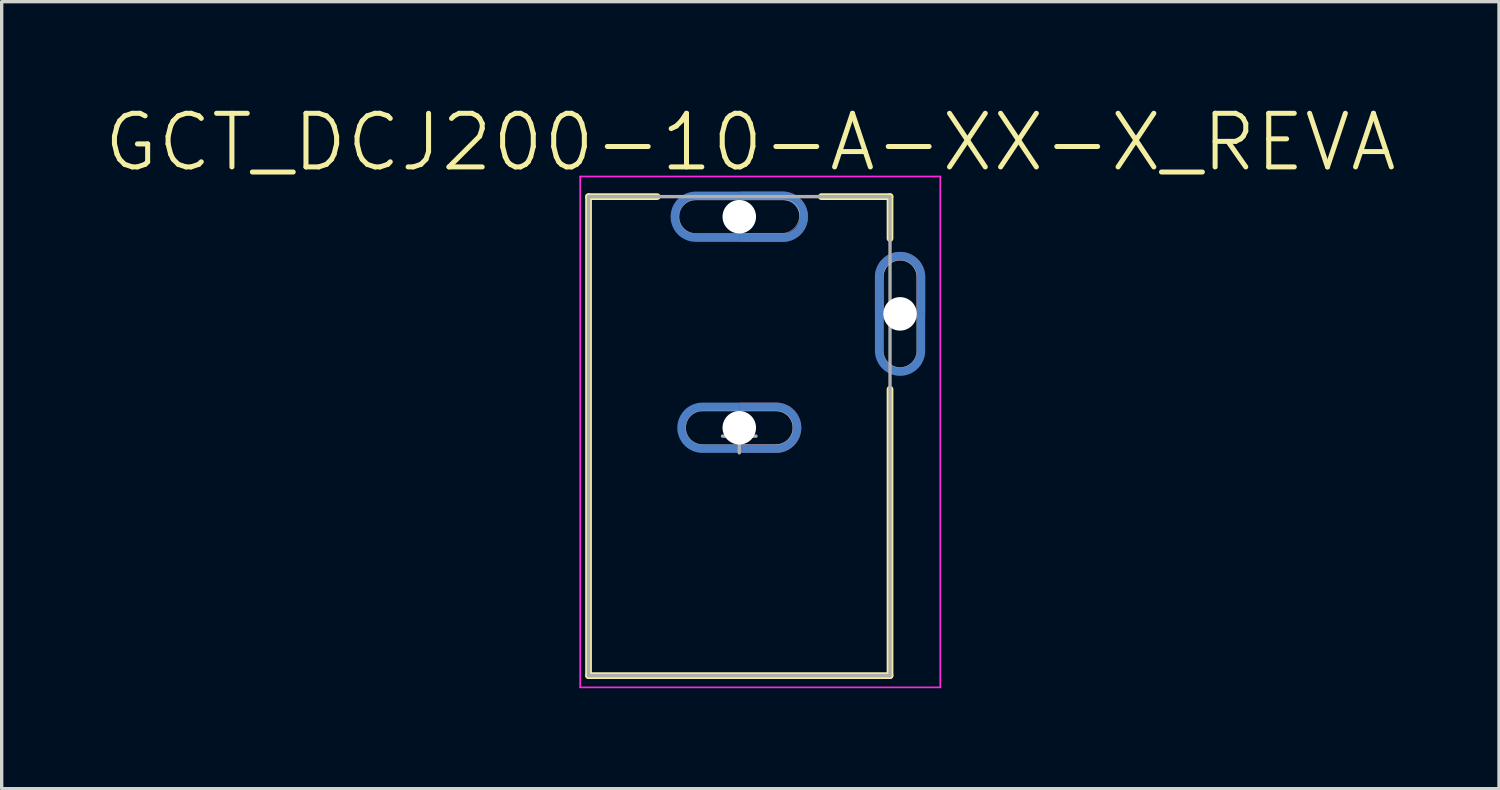
<source format=kicad_pcb>
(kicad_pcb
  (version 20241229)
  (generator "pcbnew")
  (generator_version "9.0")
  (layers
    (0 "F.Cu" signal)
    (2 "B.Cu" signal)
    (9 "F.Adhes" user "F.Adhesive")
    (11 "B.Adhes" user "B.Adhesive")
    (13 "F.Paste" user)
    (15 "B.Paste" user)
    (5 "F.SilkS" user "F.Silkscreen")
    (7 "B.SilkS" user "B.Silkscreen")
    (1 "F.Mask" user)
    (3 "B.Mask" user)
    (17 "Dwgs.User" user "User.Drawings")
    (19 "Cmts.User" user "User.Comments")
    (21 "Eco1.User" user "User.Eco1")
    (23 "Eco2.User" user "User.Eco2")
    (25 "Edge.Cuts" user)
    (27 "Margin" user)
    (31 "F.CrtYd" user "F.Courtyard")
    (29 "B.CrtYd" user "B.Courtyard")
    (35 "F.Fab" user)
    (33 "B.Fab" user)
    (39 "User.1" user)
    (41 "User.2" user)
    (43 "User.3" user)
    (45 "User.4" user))
  (footprint "GCT_DCJ200-10-A-XX-X_REVA"
    (layer "F.Cu")
    (at 19.02 9.97)
    (property "Reference" "GCT_DCJ200-10-A-XX-X_REVA" (at 0.33 -8.77 0) (layer "F.SilkS") (effects (font (size 1.601 1.601) (thickness 0.15))))
    (attr through_hole)
    (fp_poly (pts (xy -2.152 -7.4) (xy 2.15 -7.4) (xy 2.15 -5.706) (xy -2.152 -5.706)) (stroke (width 0.01) (type solid)) (fill yes) (layer "F.Mask"))
    (fp_poly (pts (xy -1.951 -1.1) (xy 1.95 -1.1) (xy 1.95 0.6) (xy -1.951 0.6)) (stroke (width 0.01) (type solid)) (fill yes) (layer "F.Mask"))
    (fp_poly (pts (xy 2.855 -4.5) (xy 6.75 -4.5) (xy 6.75 -2.804) (xy 2.855 -2.804)) (stroke (width 0.01) (type solid)) (fill yes) (layer "F.Mask"))
    (fp_poly (pts (xy 0 -7.05) (xy 0 -7.3) (xy -1.3 -7.3) (xy -1.339 -7.299) (xy -1.378 -7.296) (xy -1.417 -7.291) (xy -1.456 -7.284) (xy -1.494 -7.274) (xy -1.532 -7.263) (xy -1.569 -7.25) (xy -1.605 -7.235) (xy -1.64 -7.218) (xy -1.675 -7.2) (xy -1.708 -7.179) (xy -1.741 -7.157) (xy -1.772 -7.133) (xy -1.802 -7.107) (xy -1.83 -7.08) (xy -1.857 -7.052) (xy -1.883 -7.022) (xy -1.907 -6.991) (xy -1.929 -6.958) (xy -1.95 -6.925) (xy -1.968 -6.89) (xy -1.985 -6.855) (xy -2 -6.819) (xy -2.013 -6.782) (xy -2.024 -6.744) (xy -2.034 -6.706) (xy -2.041 -6.667) (xy -2.046 -6.628) (xy -2.049 -6.589) (xy -2.05 -6.55) (xy -2.049 -6.511) (xy -2.046 -6.472) (xy -2.041 -6.433) (xy -2.034 -6.394) (xy -2.024 -6.356) (xy -2.013 -6.318) (xy -2 -6.281) (xy -1.985 -6.245) (xy -1.968 -6.21) (xy -1.95 -6.175) (xy -1.929 -6.142) (xy -1.907 -6.109) (xy -1.883 -6.078) (xy -1.857 -6.048) (xy -1.83 -6.02) (xy -1.802 -5.993) (xy -1.772 -5.967) (xy -1.741 -5.943) (xy -1.708 -5.921) (xy -1.675 -5.9) (xy -1.64 -5.882) (xy -1.605 -5.865) (xy -1.569 -5.85) (xy -1.532 -5.837) (xy -1.494 -5.826) (xy -1.456 -5.816) (xy -1.417 -5.809) (xy -1.378 -5.804) (xy -1.339 -5.801) (xy -1.3 -5.8) (xy 0 -5.8) (xy 0 -6.05) (xy -1.3 -6.05) (xy -1.326 -6.051) (xy -1.352 -6.053) (xy -1.378 -6.056) (xy -1.404 -6.061) (xy -1.429 -6.067) (xy -1.455 -6.074) (xy -1.479 -6.083) (xy -1.503 -6.093) (xy -1.527 -6.104) (xy -1.55 -6.117) (xy -1.572 -6.131) (xy -1.594 -6.145) (xy -1.615 -6.161) (xy -1.635 -6.178) (xy -1.654 -6.196) (xy -1.672 -6.215) (xy -1.689 -6.235) (xy -1.705 -6.256) (xy -1.719 -6.278) (xy -1.733 -6.3) (xy -1.746 -6.323) (xy -1.757 -6.347) (xy -1.767 -6.371) (xy -1.776 -6.395) (xy -1.783 -6.421) (xy -1.789 -6.446) (xy -1.794 -6.472) (xy -1.797 -6.498) (xy -1.799 -6.524) (xy -1.8 -6.55) (xy -1.799 -6.576) (xy -1.797 -6.602) (xy -1.794 -6.628) (xy -1.789 -6.654) (xy -1.783 -6.679) (xy -1.776 -6.705) (xy -1.767 -6.729) (xy -1.757 -6.753) (xy -1.746 -6.777) (xy -1.733 -6.8) (xy -1.719 -6.822) (xy -1.705 -6.844) (xy -1.689 -6.865) (xy -1.672 -6.885) (xy -1.654 -6.904) (xy -1.635 -6.922) (xy -1.615 -6.939) (xy -1.594 -6.955) (xy -1.572 -6.969) (xy -1.55 -6.983) (xy -1.527 -6.996) (xy -1.503 -7.007) (xy -1.479 -7.017) (xy -1.455 -7.026) (xy -1.429 -7.033) (xy -1.404 -7.039) (xy -1.378 -7.044) (xy -1.352 -7.047) (xy -1.326 -7.049) (xy -1.3 -7.05) (xy 0 -7.05)) (stroke (width 0.001) (type solid)) (fill yes) (layer "B.Cu"))
    (fp_poly (pts (xy 0 -6.05) (xy 0 -5.8) (xy 1.3 -5.8) (xy 1.339 -5.801) (xy 1.378 -5.804) (xy 1.417 -5.809) (xy 1.456 -5.816) (xy 1.494 -5.826) (xy 1.532 -5.837) (xy 1.569 -5.85) (xy 1.605 -5.865) (xy 1.64 -5.882) (xy 1.675 -5.9) (xy 1.708 -5.921) (xy 1.741 -5.943) (xy 1.772 -5.967) (xy 1.802 -5.993) (xy 1.83 -6.02) (xy 1.857 -6.048) (xy 1.883 -6.078) (xy 1.907 -6.109) (xy 1.929 -6.142) (xy 1.95 -6.175) (xy 1.968 -6.21) (xy 1.985 -6.245) (xy 2 -6.281) (xy 2.013 -6.318) (xy 2.024 -6.356) (xy 2.034 -6.394) (xy 2.041 -6.433) (xy 2.046 -6.472) (xy 2.049 -6.511) (xy 2.05 -6.55) (xy 2.049 -6.589) (xy 2.046 -6.628) (xy 2.041 -6.667) (xy 2.034 -6.706) (xy 2.024 -6.744) (xy 2.013 -6.782) (xy 2 -6.819) (xy 1.985 -6.855) (xy 1.968 -6.89) (xy 1.95 -6.925) (xy 1.929 -6.958) (xy 1.907 -6.991) (xy 1.883 -7.022) (xy 1.857 -7.052) (xy 1.83 -7.08) (xy 1.802 -7.107) (xy 1.772 -7.133) (xy 1.741 -7.157) (xy 1.708 -7.179) (xy 1.675 -7.2) (xy 1.64 -7.218) (xy 1.605 -7.235) (xy 1.569 -7.25) (xy 1.532 -7.263) (xy 1.494 -7.274) (xy 1.456 -7.284) (xy 1.417 -7.291) (xy 1.378 -7.296) (xy 1.339 -7.299) (xy 1.3 -7.3) (xy 0 -7.3) (xy 0 -7.05) (xy 1.3 -7.05) (xy 1.326 -7.049) (xy 1.352 -7.047) (xy 1.378 -7.044) (xy 1.404 -7.039) (xy 1.429 -7.033) (xy 1.455 -7.026) (xy 1.479 -7.017) (xy 1.503 -7.007) (xy 1.527 -6.996) (xy 1.55 -6.983) (xy 1.572 -6.969) (xy 1.594 -6.955) (xy 1.615 -6.939) (xy 1.635 -6.922) (xy 1.654 -6.904) (xy 1.672 -6.885) (xy 1.689 -6.865) (xy 1.705 -6.844) (xy 1.719 -6.822) (xy 1.733 -6.8) (xy 1.746 -6.777) (xy 1.757 -6.753) (xy 1.767 -6.729) (xy 1.776 -6.705) (xy 1.783 -6.679) (xy 1.789 -6.654) (xy 1.794 -6.628) (xy 1.797 -6.602) (xy 1.799 -6.576) (xy 1.8 -6.55) (xy 1.799 -6.524) (xy 1.797 -6.498) (xy 1.794 -6.472) (xy 1.789 -6.446) (xy 1.783 -6.421) (xy 1.776 -6.395) (xy 1.767 -6.371) (xy 1.757 -6.347) (xy 1.746 -6.323) (xy 1.733 -6.3) (xy 1.719 -6.278) (xy 1.705 -6.256) (xy 1.689 -6.235) (xy 1.672 -6.215) (xy 1.654 -6.196) (xy 1.635 -6.178) (xy 1.615 -6.161) (xy 1.594 -6.145) (xy 1.572 -6.131) (xy 1.55 -6.117) (xy 1.527 -6.104) (xy 1.503 -6.093) (xy 1.479 -6.083) (xy 1.455 -6.074) (xy 1.429 -6.067) (xy 1.404 -6.061) (xy 1.378 -6.056) (xy 1.352 -6.053) (xy 1.326 -6.051) (xy 1.3 -6.05) (xy 0 -6.05)) (stroke (width 0.001) (type solid)) (fill yes) (layer "B.Cu"))
    (fp_poly (pts (xy 0 -0.75) (xy 0 -1) (xy -1.1 -1) (xy -1.139 -0.999) (xy -1.178 -0.996) (xy -1.217 -0.991) (xy -1.256 -0.984) (xy -1.294 -0.974) (xy -1.332 -0.963) (xy -1.369 -0.95) (xy -1.405 -0.935) (xy -1.44 -0.918) (xy -1.475 -0.9) (xy -1.508 -0.879) (xy -1.541 -0.857) (xy -1.572 -0.833) (xy -1.602 -0.807) (xy -1.63 -0.78) (xy -1.657 -0.752) (xy -1.683 -0.722) (xy -1.707 -0.691) (xy -1.729 -0.658) (xy -1.75 -0.625) (xy -1.768 -0.59) (xy -1.785 -0.555) (xy -1.8 -0.519) (xy -1.813 -0.482) (xy -1.824 -0.444) (xy -1.834 -0.406) (xy -1.841 -0.367) (xy -1.846 -0.328) (xy -1.849 -0.289) (xy -1.85 -0.25) (xy -1.849 -0.211) (xy -1.846 -0.172) (xy -1.841 -0.133) (xy -1.834 -0.094) (xy -1.824 -0.056) (xy -1.813 -0.018) (xy -1.8 0.019) (xy -1.785 0.055) (xy -1.768 0.09) (xy -1.75 0.125) (xy -1.729 0.158) (xy -1.707 0.191) (xy -1.683 0.222) (xy -1.657 0.252) (xy -1.63 0.28) (xy -1.602 0.307) (xy -1.572 0.333) (xy -1.541 0.357) (xy -1.508 0.379) (xy -1.475 0.4) (xy -1.44 0.418) (xy -1.405 0.435) (xy -1.369 0.45) (xy -1.332 0.463) (xy -1.294 0.474) (xy -1.256 0.484) (xy -1.217 0.491) (xy -1.178 0.496) (xy -1.139 0.499) (xy -1.1 0.5) (xy 0 0.5) (xy 0 0.25) (xy -1.1 0.25) (xy -1.126 0.249) (xy -1.152 0.247) (xy -1.178 0.244) (xy -1.204 0.239) (xy -1.229 0.233) (xy -1.255 0.226) (xy -1.279 0.217) (xy -1.303 0.207) (xy -1.327 0.196) (xy -1.35 0.183) (xy -1.372 0.169) (xy -1.394 0.155) (xy -1.415 0.139) (xy -1.435 0.122) (xy -1.454 0.104) (xy -1.472 0.085) (xy -1.489 0.065) (xy -1.505 0.044) (xy -1.519 0.022) (xy -1.533 0) (xy -1.546 -0.023) (xy -1.557 -0.047) (xy -1.567 -0.071) (xy -1.576 -0.095) (xy -1.583 -0.121) (xy -1.589 -0.146) (xy -1.594 -0.172) (xy -1.597 -0.198) (xy -1.599 -0.224) (xy -1.6 -0.25) (xy -1.599 -0.276) (xy -1.597 -0.302) (xy -1.594 -0.328) (xy -1.589 -0.354) (xy -1.583 -0.379) (xy -1.576 -0.405) (xy -1.567 -0.429) (xy -1.557 -0.453) (xy -1.546 -0.477) (xy -1.533 -0.5) (xy -1.519 -0.522) (xy -1.505 -0.544) (xy -1.489 -0.565) (xy -1.472 -0.585) (xy -1.454 -0.604) (xy -1.435 -0.622) (xy -1.415 -0.639) (xy -1.394 -0.655) (xy -1.372 -0.669) (xy -1.35 -0.683) (xy -1.327 -0.696) (xy -1.303 -0.707) (xy -1.279 -0.717) (xy -1.255 -0.726) (xy -1.229 -0.733) (xy -1.204 -0.739) (xy -1.178 -0.744) (xy -1.152 -0.747) (xy -1.126 -0.749) (xy -1.1 -0.75) (xy 0 -0.75)) (stroke (width 0.001) (type solid)) (fill yes) (layer "B.Cu"))
    (fp_poly (pts (xy 0 0.25) (xy 0 0.5) (xy 1.1 0.5) (xy 1.139 0.499) (xy 1.178 0.496) (xy 1.217 0.491) (xy 1.256 0.484) (xy 1.294 0.474) (xy 1.332 0.463) (xy 1.369 0.45) (xy 1.405 0.435) (xy 1.44 0.418) (xy 1.475 0.4) (xy 1.508 0.379) (xy 1.541 0.357) (xy 1.572 0.333) (xy 1.602 0.307) (xy 1.63 0.28) (xy 1.657 0.252) (xy 1.683 0.222) (xy 1.707 0.191) (xy 1.729 0.158) (xy 1.75 0.125) (xy 1.768 0.09) (xy 1.785 0.055) (xy 1.8 0.019) (xy 1.813 -0.018) (xy 1.824 -0.056) (xy 1.834 -0.094) (xy 1.841 -0.133) (xy 1.846 -0.172) (xy 1.849 -0.211) (xy 1.85 -0.25) (xy 1.849 -0.289) (xy 1.846 -0.328) (xy 1.841 -0.367) (xy 1.834 -0.406) (xy 1.824 -0.444) (xy 1.813 -0.482) (xy 1.8 -0.519) (xy 1.785 -0.555) (xy 1.768 -0.59) (xy 1.75 -0.625) (xy 1.729 -0.658) (xy 1.707 -0.691) (xy 1.683 -0.722) (xy 1.657 -0.752) (xy 1.63 -0.78) (xy 1.602 -0.807) (xy 1.572 -0.833) (xy 1.541 -0.857) (xy 1.508 -0.879) (xy 1.475 -0.9) (xy 1.44 -0.918) (xy 1.405 -0.935) (xy 1.369 -0.95) (xy 1.332 -0.963) (xy 1.294 -0.974) (xy 1.256 -0.984) (xy 1.217 -0.991) (xy 1.178 -0.996) (xy 1.139 -0.999) (xy 1.1 -1) (xy 0 -1) (xy 0 -0.75) (xy 1.1 -0.75) (xy 1.126 -0.749) (xy 1.152 -0.747) (xy 1.178 -0.744) (xy 1.204 -0.739) (xy 1.229 -0.733) (xy 1.255 -0.726) (xy 1.279 -0.717) (xy 1.303 -0.707) (xy 1.327 -0.696) (xy 1.35 -0.683) (xy 1.372 -0.669) (xy 1.394 -0.655) (xy 1.415 -0.639) (xy 1.435 -0.622) (xy 1.454 -0.604) (xy 1.472 -0.585) (xy 1.489 -0.565) (xy 1.505 -0.544) (xy 1.519 -0.522) (xy 1.533 -0.5) (xy 1.546 -0.477) (xy 1.557 -0.453) (xy 1.567 -0.429) (xy 1.576 -0.405) (xy 1.583 -0.379) (xy 1.589 -0.354) (xy 1.594 -0.328) (xy 1.597 -0.302) (xy 1.599 -0.276) (xy 1.6 -0.25) (xy 1.599 -0.224) (xy 1.597 -0.198) (xy 1.594 -0.172) (xy 1.589 -0.146) (xy 1.583 -0.121) (xy 1.576 -0.095) (xy 1.567 -0.071) (xy 1.557 -0.047) (xy 1.546 -0.023) (xy 1.533 0) (xy 1.519 0.022) (xy 1.505 0.044) (xy 1.489 0.065) (xy 1.472 0.085) (xy 1.454 0.104) (xy 1.435 0.122) (xy 1.415 0.139) (xy 1.394 0.155) (xy 1.372 0.169) (xy 1.35 0.183) (xy 1.327 0.196) (xy 1.303 0.207) (xy 1.279 0.217) (xy 1.255 0.226) (xy 1.229 0.233) (xy 1.204 0.239) (xy 1.178 0.244) (xy 1.152 0.247) (xy 1.126 0.249) (xy 1.1 0.25) (xy 0 0.25)) (stroke (width 0.001) (type solid)) (fill yes) (layer "B.Cu"))
    (fp_poly (pts (xy 4.3 -3.65) (xy 4.05 -3.65) (xy 4.05 -2.55) (xy 4.051 -2.511) (xy 4.054 -2.472) (xy 4.059 -2.433) (xy 4.066 -2.394) (xy 4.076 -2.356) (xy 4.087 -2.318) (xy 4.1 -2.281) (xy 4.115 -2.245) (xy 4.132 -2.21) (xy 4.15 -2.175) (xy 4.171 -2.142) (xy 4.193 -2.109) (xy 4.217 -2.078) (xy 4.243 -2.048) (xy 4.27 -2.02) (xy 4.298 -1.993) (xy 4.328 -1.967) (xy 4.359 -1.943) (xy 4.392 -1.921) (xy 4.425 -1.9) (xy 4.46 -1.882) (xy 4.495 -1.865) (xy 4.531 -1.85) (xy 4.568 -1.837) (xy 4.606 -1.826) (xy 4.644 -1.816) (xy 4.683 -1.809) (xy 4.722 -1.804) (xy 4.761 -1.801) (xy 4.8 -1.8) (xy 4.839 -1.801) (xy 4.878 -1.804) (xy 4.917 -1.809) (xy 4.956 -1.816) (xy 4.994 -1.826) (xy 5.032 -1.837) (xy 5.069 -1.85) (xy 5.105 -1.865) (xy 5.14 -1.882) (xy 5.175 -1.9) (xy 5.208 -1.921) (xy 5.241 -1.943) (xy 5.272 -1.967) (xy 5.302 -1.993) (xy 5.33 -2.02) (xy 5.357 -2.048) (xy 5.383 -2.078) (xy 5.407 -2.109) (xy 5.429 -2.142) (xy 5.45 -2.175) (xy 5.468 -2.21) (xy 5.485 -2.245) (xy 5.5 -2.281) (xy 5.513 -2.318) (xy 5.524 -2.356) (xy 5.534 -2.394) (xy 5.541 -2.433) (xy 5.546 -2.472) (xy 5.549 -2.511) (xy 5.55 -2.55) (xy 5.55 -3.65) (xy 5.3 -3.65) (xy 5.3 -2.55) (xy 5.299 -2.524) (xy 5.297 -2.498) (xy 5.294 -2.472) (xy 5.289 -2.446) (xy 5.283 -2.421) (xy 5.276 -2.395) (xy 5.267 -2.371) (xy 5.257 -2.347) (xy 5.246 -2.323) (xy 5.233 -2.3) (xy 5.219 -2.278) (xy 5.205 -2.256) (xy 5.189 -2.235) (xy 5.172 -2.215) (xy 5.154 -2.196) (xy 5.135 -2.178) (xy 5.115 -2.161) (xy 5.094 -2.145) (xy 5.072 -2.131) (xy 5.05 -2.117) (xy 5.027 -2.104) (xy 5.003 -2.093) (xy 4.979 -2.083) (xy 4.955 -2.074) (xy 4.929 -2.067) (xy 4.904 -2.061) (xy 4.878 -2.056) (xy 4.852 -2.053) (xy 4.826 -2.051) (xy 4.8 -2.05) (xy 4.774 -2.051) (xy 4.748 -2.053) (xy 4.722 -2.056) (xy 4.696 -2.061) (xy 4.671 -2.067) (xy 4.645 -2.074) (xy 4.621 -2.083) (xy 4.597 -2.093) (xy 4.573 -2.104) (xy 4.55 -2.117) (xy 4.528 -2.131) (xy 4.506 -2.145) (xy 4.485 -2.161) (xy 4.465 -2.178) (xy 4.446 -2.196) (xy 4.428 -2.215) (xy 4.411 -2.235) (xy 4.395 -2.256) (xy 4.381 -2.278) (xy 4.367 -2.3) (xy 4.354 -2.323) (xy 4.343 -2.347) (xy 4.333 -2.371) (xy 4.324 -2.395) (xy 4.317 -2.421) (xy 4.311 -2.446) (xy 4.306 -2.472) (xy 4.303 -2.498) (xy 4.301 -2.524) (xy 4.3 -2.55) (xy 4.3 -3.65)) (stroke (width 0.001) (type solid)) (fill yes) (layer "B.Cu"))
    (fp_poly (pts (xy 5.3 -3.65) (xy 5.55 -3.65) (xy 5.55 -4.75) (xy 5.549 -4.789) (xy 5.546 -4.828) (xy 5.541 -4.867) (xy 5.534 -4.906) (xy 5.524 -4.944) (xy 5.513 -4.982) (xy 5.5 -5.019) (xy 5.485 -5.055) (xy 5.468 -5.09) (xy 5.45 -5.125) (xy 5.429 -5.158) (xy 5.407 -5.191) (xy 5.383 -5.222) (xy 5.357 -5.252) (xy 5.33 -5.28) (xy 5.302 -5.307) (xy 5.272 -5.333) (xy 5.241 -5.357) (xy 5.208 -5.379) (xy 5.175 -5.4) (xy 5.14 -5.418) (xy 5.105 -5.435) (xy 5.069 -5.45) (xy 5.032 -5.463) (xy 4.994 -5.474) (xy 4.956 -5.484) (xy 4.917 -5.491) (xy 4.878 -5.496) (xy 4.839 -5.499) (xy 4.8 -5.5) (xy 4.761 -5.499) (xy 4.722 -5.496) (xy 4.683 -5.491) (xy 4.644 -5.484) (xy 4.606 -5.474) (xy 4.568 -5.463) (xy 4.531 -5.45) (xy 4.495 -5.435) (xy 4.46 -5.418) (xy 4.425 -5.4) (xy 4.392 -5.379) (xy 4.359 -5.357) (xy 4.328 -5.333) (xy 4.298 -5.307) (xy 4.27 -5.28) (xy 4.243 -5.252) (xy 4.217 -5.222) (xy 4.193 -5.191) (xy 4.171 -5.158) (xy 4.15 -5.125) (xy 4.132 -5.09) (xy 4.115 -5.055) (xy 4.1 -5.019) (xy 4.087 -4.982) (xy 4.076 -4.944) (xy 4.066 -4.906) (xy 4.059 -4.867) (xy 4.054 -4.828) (xy 4.051 -4.789) (xy 4.05 -4.75) (xy 4.05 -3.65) (xy 4.3 -3.65) (xy 4.3 -4.75) (xy 4.301 -4.776) (xy 4.303 -4.802) (xy 4.306 -4.828) (xy 4.311 -4.854) (xy 4.317 -4.879) (xy 4.324 -4.905) (xy 4.333 -4.929) (xy 4.343 -4.953) (xy 4.354 -4.977) (xy 4.367 -5) (xy 4.381 -5.022) (xy 4.395 -5.044) (xy 4.411 -5.065) (xy 4.428 -5.085) (xy 4.446 -5.104) (xy 4.465 -5.122) (xy 4.485 -5.139) (xy 4.506 -5.155) (xy 4.528 -5.169) (xy 4.55 -5.183) (xy 4.573 -5.196) (xy 4.597 -5.207) (xy 4.621 -5.217) (xy 4.645 -5.226) (xy 4.671 -5.233) (xy 4.696 -5.239) (xy 4.722 -5.244) (xy 4.748 -5.247) (xy 4.774 -5.249) (xy 4.8 -5.25) (xy 4.826 -5.249) (xy 4.852 -5.247) (xy 4.878 -5.244) (xy 4.904 -5.239) (xy 4.929 -5.233) (xy 4.955 -5.226) (xy 4.979 -5.217) (xy 5.003 -5.207) (xy 5.027 -5.196) (xy 5.05 -5.183) (xy 5.072 -5.169) (xy 5.094 -5.155) (xy 5.115 -5.139) (xy 5.135 -5.122) (xy 5.154 -5.104) (xy 5.172 -5.085) (xy 5.189 -5.065) (xy 5.205 -5.044) (xy 5.219 -5.022) (xy 5.233 -5) (xy 5.246 -4.977) (xy 5.257 -4.953) (xy 5.267 -4.929) (xy 5.276 -4.905) (xy 5.283 -4.879) (xy 5.289 -4.854) (xy 5.294 -4.828) (xy 5.297 -4.802) (xy 5.299 -4.776) (xy 5.3 -4.75) (xy 5.3 -3.65)) (stroke (width 0.001) (type solid)) (fill yes) (layer "B.Cu"))
    (fp_poly (pts (xy -2.154 -7.4) (xy 2.15 -7.4) (xy 2.15 -5.71) (xy -2.154 -5.71)) (stroke (width 0.01) (type solid)) (fill yes) (layer "B.Mask"))
    (fp_poly (pts (xy -1.95 -1.1) (xy 1.95 -1.1) (xy 1.95 0.6) (xy -1.95 0.6)) (stroke (width 0.01) (type solid)) (fill yes) (layer "B.Mask"))
    (fp_poly (pts (xy 2.855 -4.5) (xy 6.75 -4.5) (xy 6.75 -2.805) (xy 2.855 -2.805)) (stroke (width 0.01) (type solid)) (fill yes) (layer "B.Mask"))
    (fp_line (start -4.5 -7.15) (end -4.5 7.15) (stroke (width 0.2) (type solid)) (layer "F.SilkS"))
    (fp_line (start -4.5 7.15) (end 4.5 7.15) (stroke (width 0.2) (type solid)) (layer "F.SilkS"))
    (fp_line (start -2.45 -7.15) (end -4.5 -7.15) (stroke (width 0.2) (type solid)) (layer "F.SilkS"))
    (fp_line (start 2.45 -7.15) (end 4.5 -7.15) (stroke (width 0.2) (type solid)) (layer "F.SilkS"))
    (fp_line (start 4.5 -7.15) (end 4.5 -5.9) (stroke (width 0.2) (type solid)) (layer "F.SilkS"))
    (fp_line (start 4.5 7.15) (end 4.5 -1.4) (stroke (width 0.2) (type solid)) (layer "F.SilkS"))
    (fp_poly (pts (xy 0 -7.05) (xy 0 -7.3) (xy -1.3 -7.3) (xy -1.339 -7.299) (xy -1.378 -7.296) (xy -1.417 -7.291) (xy -1.456 -7.284) (xy -1.494 -7.274) (xy -1.532 -7.263) (xy -1.569 -7.25) (xy -1.605 -7.235) (xy -1.64 -7.218) (xy -1.675 -7.2) (xy -1.708 -7.179) (xy -1.741 -7.157) (xy -1.772 -7.133) (xy -1.802 -7.107) (xy -1.83 -7.08) (xy -1.857 -7.052) (xy -1.883 -7.022) (xy -1.907 -6.991) (xy -1.929 -6.958) (xy -1.95 -6.925) (xy -1.968 -6.89) (xy -1.985 -6.855) (xy -2 -6.819) (xy -2.013 -6.782) (xy -2.024 -6.744) (xy -2.034 -6.706) (xy -2.041 -6.667) (xy -2.046 -6.628) (xy -2.049 -6.589) (xy -2.05 -6.55) (xy -2.049 -6.511) (xy -2.046 -6.472) (xy -2.041 -6.433) (xy -2.034 -6.394) (xy -2.024 -6.356) (xy -2.013 -6.318) (xy -2 -6.281) (xy -1.985 -6.245) (xy -1.968 -6.21) (xy -1.95 -6.175) (xy -1.929 -6.142) (xy -1.907 -6.109) (xy -1.883 -6.078) (xy -1.857 -6.048) (xy -1.83 -6.02) (xy -1.802 -5.993) (xy -1.772 -5.967) (xy -1.741 -5.943) (xy -1.708 -5.921) (xy -1.675 -5.9) (xy -1.64 -5.882) (xy -1.605 -5.865) (xy -1.569 -5.85) (xy -1.532 -5.837) (xy -1.494 -5.826) (xy -1.456 -5.816) (xy -1.417 -5.809) (xy -1.378 -5.804) (xy -1.339 -5.801) (xy -1.3 -5.8) (xy 0 -5.8) (xy 0 -6.05) (xy -1.3 -6.05) (xy -1.326 -6.051) (xy -1.352 -6.053) (xy -1.378 -6.056) (xy -1.404 -6.061) (xy -1.429 -6.067) (xy -1.455 -6.074) (xy -1.479 -6.083) (xy -1.503 -6.093) (xy -1.527 -6.104) (xy -1.55 -6.117) (xy -1.572 -6.131) (xy -1.594 -6.145) (xy -1.615 -6.161) (xy -1.635 -6.178) (xy -1.654 -6.196) (xy -1.672 -6.215) (xy -1.689 -6.235) (xy -1.705 -6.256) (xy -1.719 -6.278) (xy -1.733 -6.3) (xy -1.746 -6.323) (xy -1.757 -6.347) (xy -1.767 -6.371) (xy -1.776 -6.395) (xy -1.783 -6.421) (xy -1.789 -6.446) (xy -1.794 -6.472) (xy -1.797 -6.498) (xy -1.799 -6.524) (xy -1.8 -6.55) (xy -1.799 -6.576) (xy -1.797 -6.602) (xy -1.794 -6.628) (xy -1.789 -6.654) (xy -1.783 -6.679) (xy -1.776 -6.705) (xy -1.767 -6.729) (xy -1.757 -6.753) (xy -1.746 -6.777) (xy -1.733 -6.8) (xy -1.719 -6.822) (xy -1.705 -6.844) (xy -1.689 -6.865) (xy -1.672 -6.885) (xy -1.654 -6.904) (xy -1.635 -6.922) (xy -1.615 -6.939) (xy -1.594 -6.955) (xy -1.572 -6.969) (xy -1.55 -6.983) (xy -1.527 -6.996) (xy -1.503 -7.007) (xy -1.479 -7.017) (xy -1.455 -7.026) (xy -1.429 -7.033) (xy -1.404 -7.039) (xy -1.378 -7.044) (xy -1.352 -7.047) (xy -1.326 -7.049) (xy -1.3 -7.05) (xy 0 -7.05)) (stroke (width 0.001) (type solid)) (fill yes) (layer "F.Paste"))
    (fp_poly (pts (xy 0 -6.05) (xy 0 -5.8) (xy 1.3 -5.8) (xy 1.339 -5.801) (xy 1.378 -5.804) (xy 1.417 -5.809) (xy 1.456 -5.816) (xy 1.494 -5.826) (xy 1.532 -5.837) (xy 1.569 -5.85) (xy 1.605 -5.865) (xy 1.64 -5.882) (xy 1.675 -5.9) (xy 1.708 -5.921) (xy 1.741 -5.943) (xy 1.772 -5.967) (xy 1.802 -5.993) (xy 1.83 -6.02) (xy 1.857 -6.048) (xy 1.883 -6.078) (xy 1.907 -6.109) (xy 1.929 -6.142) (xy 1.95 -6.175) (xy 1.968 -6.21) (xy 1.985 -6.245) (xy 2 -6.281) (xy 2.013 -6.318) (xy 2.024 -6.356) (xy 2.034 -6.394) (xy 2.041 -6.433) (xy 2.046 -6.472) (xy 2.049 -6.511) (xy 2.05 -6.55) (xy 2.049 -6.589) (xy 2.046 -6.628) (xy 2.041 -6.667) (xy 2.034 -6.706) (xy 2.024 -6.744) (xy 2.013 -6.782) (xy 2 -6.819) (xy 1.985 -6.855) (xy 1.968 -6.89) (xy 1.95 -6.925) (xy 1.929 -6.958) (xy 1.907 -6.991) (xy 1.883 -7.022) (xy 1.857 -7.052) (xy 1.83 -7.08) (xy 1.802 -7.107) (xy 1.772 -7.133) (xy 1.741 -7.157) (xy 1.708 -7.179) (xy 1.675 -7.2) (xy 1.64 -7.218) (xy 1.605 -7.235) (xy 1.569 -7.25) (xy 1.532 -7.263) (xy 1.494 -7.274) (xy 1.456 -7.284) (xy 1.417 -7.291) (xy 1.378 -7.296) (xy 1.339 -7.299) (xy 1.3 -7.3) (xy 0 -7.3) (xy 0 -7.05) (xy 1.3 -7.05) (xy 1.326 -7.049) (xy 1.352 -7.047) (xy 1.378 -7.044) (xy 1.404 -7.039) (xy 1.429 -7.033) (xy 1.455 -7.026) (xy 1.479 -7.017) (xy 1.503 -7.007) (xy 1.527 -6.996) (xy 1.55 -6.983) (xy 1.572 -6.969) (xy 1.594 -6.955) (xy 1.615 -6.939) (xy 1.635 -6.922) (xy 1.654 -6.904) (xy 1.672 -6.885) (xy 1.689 -6.865) (xy 1.705 -6.844) (xy 1.719 -6.822) (xy 1.733 -6.8) (xy 1.746 -6.777) (xy 1.757 -6.753) (xy 1.767 -6.729) (xy 1.776 -6.705) (xy 1.783 -6.679) (xy 1.789 -6.654) (xy 1.794 -6.628) (xy 1.797 -6.602) (xy 1.799 -6.576) (xy 1.8 -6.55) (xy 1.799 -6.524) (xy 1.797 -6.498) (xy 1.794 -6.472) (xy 1.789 -6.446) (xy 1.783 -6.421) (xy 1.776 -6.395) (xy 1.767 -6.371) (xy 1.757 -6.347) (xy 1.746 -6.323) (xy 1.733 -6.3) (xy 1.719 -6.278) (xy 1.705 -6.256) (xy 1.689 -6.235) (xy 1.672 -6.215) (xy 1.654 -6.196) (xy 1.635 -6.178) (xy 1.615 -6.161) (xy 1.594 -6.145) (xy 1.572 -6.131) (xy 1.55 -6.117) (xy 1.527 -6.104) (xy 1.503 -6.093) (xy 1.479 -6.083) (xy 1.455 -6.074) (xy 1.429 -6.067) (xy 1.404 -6.061) (xy 1.378 -6.056) (xy 1.352 -6.053) (xy 1.326 -6.051) (xy 1.3 -6.05) (xy 0 -6.05)) (stroke (width 0.001) (type solid)) (fill yes) (layer "F.Paste"))
    (fp_poly (pts (xy 0 -0.75) (xy 0 -1) (xy -1.1 -1) (xy -1.139 -0.999) (xy -1.178 -0.996) (xy -1.217 -0.991) (xy -1.256 -0.984) (xy -1.294 -0.974) (xy -1.332 -0.963) (xy -1.369 -0.95) (xy -1.405 -0.935) (xy -1.44 -0.918) (xy -1.475 -0.9) (xy -1.508 -0.879) (xy -1.541 -0.857) (xy -1.572 -0.833) (xy -1.602 -0.807) (xy -1.63 -0.78) (xy -1.657 -0.752) (xy -1.683 -0.722) (xy -1.707 -0.691) (xy -1.729 -0.658) (xy -1.75 -0.625) (xy -1.768 -0.59) (xy -1.785 -0.555) (xy -1.8 -0.519) (xy -1.813 -0.482) (xy -1.824 -0.444) (xy -1.834 -0.406) (xy -1.841 -0.367) (xy -1.846 -0.328) (xy -1.849 -0.289) (xy -1.85 -0.25) (xy -1.849 -0.211) (xy -1.846 -0.172) (xy -1.841 -0.133) (xy -1.834 -0.094) (xy -1.824 -0.056) (xy -1.813 -0.018) (xy -1.8 0.019) (xy -1.785 0.055) (xy -1.768 0.09) (xy -1.75 0.125) (xy -1.729 0.158) (xy -1.707 0.191) (xy -1.683 0.222) (xy -1.657 0.252) (xy -1.63 0.28) (xy -1.602 0.307) (xy -1.572 0.333) (xy -1.541 0.357) (xy -1.508 0.379) (xy -1.475 0.4) (xy -1.44 0.418) (xy -1.405 0.435) (xy -1.369 0.45) (xy -1.332 0.463) (xy -1.294 0.474) (xy -1.256 0.484) (xy -1.217 0.491) (xy -1.178 0.496) (xy -1.139 0.499) (xy -1.1 0.5) (xy 0 0.5) (xy 0 0.25) (xy -1.1 0.25) (xy -1.126 0.249) (xy -1.152 0.247) (xy -1.178 0.244) (xy -1.204 0.239) (xy -1.229 0.233) (xy -1.255 0.226) (xy -1.279 0.217) (xy -1.303 0.207) (xy -1.327 0.196) (xy -1.35 0.183) (xy -1.372 0.169) (xy -1.394 0.155) (xy -1.415 0.139) (xy -1.435 0.122) (xy -1.454 0.104) (xy -1.472 0.085) (xy -1.489 0.065) (xy -1.505 0.044) (xy -1.519 0.022) (xy -1.533 0) (xy -1.546 -0.023) (xy -1.557 -0.047) (xy -1.567 -0.071) (xy -1.576 -0.095) (xy -1.583 -0.121) (xy -1.589 -0.146) (xy -1.594 -0.172) (xy -1.597 -0.198) (xy -1.599 -0.224) (xy -1.6 -0.25) (xy -1.599 -0.276) (xy -1.597 -0.302) (xy -1.594 -0.328) (xy -1.589 -0.354) (xy -1.583 -0.379) (xy -1.576 -0.405) (xy -1.567 -0.429) (xy -1.557 -0.453) (xy -1.546 -0.477) (xy -1.533 -0.5) (xy -1.519 -0.522) (xy -1.505 -0.544) (xy -1.489 -0.565) (xy -1.472 -0.585) (xy -1.454 -0.604) (xy -1.435 -0.622) (xy -1.415 -0.639) (xy -1.394 -0.655) (xy -1.372 -0.669) (xy -1.35 -0.683) (xy -1.327 -0.696) (xy -1.303 -0.707) (xy -1.279 -0.717) (xy -1.255 -0.726) (xy -1.229 -0.733) (xy -1.204 -0.739) (xy -1.178 -0.744) (xy -1.152 -0.747) (xy -1.126 -0.749) (xy -1.1 -0.75) (xy 0 -0.75)) (stroke (width 0.001) (type solid)) (fill yes) (layer "F.Paste"))
    (fp_poly (pts (xy 0 0.25) (xy 0 0.5) (xy 1.1 0.5) (xy 1.139 0.499) (xy 1.178 0.496) (xy 1.217 0.491) (xy 1.256 0.484) (xy 1.294 0.474) (xy 1.332 0.463) (xy 1.369 0.45) (xy 1.405 0.435) (xy 1.44 0.418) (xy 1.475 0.4) (xy 1.508 0.379) (xy 1.541 0.357) (xy 1.572 0.333) (xy 1.602 0.307) (xy 1.63 0.28) (xy 1.657 0.252) (xy 1.683 0.222) (xy 1.707 0.191) (xy 1.729 0.158) (xy 1.75 0.125) (xy 1.768 0.09) (xy 1.785 0.055) (xy 1.8 0.019) (xy 1.813 -0.018) (xy 1.824 -0.056) (xy 1.834 -0.094) (xy 1.841 -0.133) (xy 1.846 -0.172) (xy 1.849 -0.211) (xy 1.85 -0.25) (xy 1.849 -0.289) (xy 1.846 -0.328) (xy 1.841 -0.367) (xy 1.834 -0.406) (xy 1.824 -0.444) (xy 1.813 -0.482) (xy 1.8 -0.519) (xy 1.785 -0.555) (xy 1.768 -0.59) (xy 1.75 -0.625) (xy 1.729 -0.658) (xy 1.707 -0.691) (xy 1.683 -0.722) (xy 1.657 -0.752) (xy 1.63 -0.78) (xy 1.602 -0.807) (xy 1.572 -0.833) (xy 1.541 -0.857) (xy 1.508 -0.879) (xy 1.475 -0.9) (xy 1.44 -0.918) (xy 1.405 -0.935) (xy 1.369 -0.95) (xy 1.332 -0.963) (xy 1.294 -0.974) (xy 1.256 -0.984) (xy 1.217 -0.991) (xy 1.178 -0.996) (xy 1.139 -0.999) (xy 1.1 -1) (xy 0 -1) (xy 0 -0.75) (xy 1.1 -0.75) (xy 1.126 -0.749) (xy 1.152 -0.747) (xy 1.178 -0.744) (xy 1.204 -0.739) (xy 1.229 -0.733) (xy 1.255 -0.726) (xy 1.279 -0.717) (xy 1.303 -0.707) (xy 1.327 -0.696) (xy 1.35 -0.683) (xy 1.372 -0.669) (xy 1.394 -0.655) (xy 1.415 -0.639) (xy 1.435 -0.622) (xy 1.454 -0.604) (xy 1.472 -0.585) (xy 1.489 -0.565) (xy 1.505 -0.544) (xy 1.519 -0.522) (xy 1.533 -0.5) (xy 1.546 -0.477) (xy 1.557 -0.453) (xy 1.567 -0.429) (xy 1.576 -0.405) (xy 1.583 -0.379) (xy 1.589 -0.354) (xy 1.594 -0.328) (xy 1.597 -0.302) (xy 1.599 -0.276) (xy 1.6 -0.25) (xy 1.599 -0.224) (xy 1.597 -0.198) (xy 1.594 -0.172) (xy 1.589 -0.146) (xy 1.583 -0.121) (xy 1.576 -0.095) (xy 1.567 -0.071) (xy 1.557 -0.047) (xy 1.546 -0.023) (xy 1.533 0) (xy 1.519 0.022) (xy 1.505 0.044) (xy 1.489 0.065) (xy 1.472 0.085) (xy 1.454 0.104) (xy 1.435 0.122) (xy 1.415 0.139) (xy 1.394 0.155) (xy 1.372 0.169) (xy 1.35 0.183) (xy 1.327 0.196) (xy 1.303 0.207) (xy 1.279 0.217) (xy 1.255 0.226) (xy 1.229 0.233) (xy 1.204 0.239) (xy 1.178 0.244) (xy 1.152 0.247) (xy 1.126 0.249) (xy 1.1 0.25) (xy 0 0.25)) (stroke (width 0.001) (type solid)) (fill yes) (layer "F.Paste"))
    (fp_poly (pts (xy 4.3 -3.65) (xy 4.05 -3.65) (xy 4.05 -2.55) (xy 4.051 -2.511) (xy 4.054 -2.472) (xy 4.059 -2.433) (xy 4.066 -2.394) (xy 4.076 -2.356) (xy 4.087 -2.318) (xy 4.1 -2.281) (xy 4.115 -2.245) (xy 4.132 -2.21) (xy 4.15 -2.175) (xy 4.171 -2.142) (xy 4.193 -2.109) (xy 4.217 -2.078) (xy 4.243 -2.048) (xy 4.27 -2.02) (xy 4.298 -1.993) (xy 4.328 -1.967) (xy 4.359 -1.943) (xy 4.392 -1.921) (xy 4.425 -1.9) (xy 4.46 -1.882) (xy 4.495 -1.865) (xy 4.531 -1.85) (xy 4.568 -1.837) (xy 4.606 -1.826) (xy 4.644 -1.816) (xy 4.683 -1.809) (xy 4.722 -1.804) (xy 4.761 -1.801) (xy 4.8 -1.8) (xy 4.839 -1.801) (xy 4.878 -1.804) (xy 4.917 -1.809) (xy 4.956 -1.816) (xy 4.994 -1.826) (xy 5.032 -1.837) (xy 5.069 -1.85) (xy 5.105 -1.865) (xy 5.14 -1.882) (xy 5.175 -1.9) (xy 5.208 -1.921) (xy 5.241 -1.943) (xy 5.272 -1.967) (xy 5.302 -1.993) (xy 5.33 -2.02) (xy 5.357 -2.048) (xy 5.383 -2.078) (xy 5.407 -2.109) (xy 5.429 -2.142) (xy 5.45 -2.175) (xy 5.468 -2.21) (xy 5.485 -2.245) (xy 5.5 -2.281) (xy 5.513 -2.318) (xy 5.524 -2.356) (xy 5.534 -2.394) (xy 5.541 -2.433) (xy 5.546 -2.472) (xy 5.549 -2.511) (xy 5.55 -2.55) (xy 5.55 -3.65) (xy 5.3 -3.65) (xy 5.3 -2.55) (xy 5.299 -2.524) (xy 5.297 -2.498) (xy 5.294 -2.472) (xy 5.289 -2.446) (xy 5.283 -2.421) (xy 5.276 -2.395) (xy 5.267 -2.371) (xy 5.257 -2.347) (xy 5.246 -2.323) (xy 5.233 -2.3) (xy 5.219 -2.278) (xy 5.205 -2.256) (xy 5.189 -2.235) (xy 5.172 -2.215) (xy 5.154 -2.196) (xy 5.135 -2.178) (xy 5.115 -2.161) (xy 5.094 -2.145) (xy 5.072 -2.131) (xy 5.05 -2.117) (xy 5.027 -2.104) (xy 5.003 -2.093) (xy 4.979 -2.083) (xy 4.955 -2.074) (xy 4.929 -2.067) (xy 4.904 -2.061) (xy 4.878 -2.056) (xy 4.852 -2.053) (xy 4.826 -2.051) (xy 4.8 -2.05) (xy 4.774 -2.051) (xy 4.748 -2.053) (xy 4.722 -2.056) (xy 4.696 -2.061) (xy 4.671 -2.067) (xy 4.645 -2.074) (xy 4.621 -2.083) (xy 4.597 -2.093) (xy 4.573 -2.104) (xy 4.55 -2.117) (xy 4.528 -2.131) (xy 4.506 -2.145) (xy 4.485 -2.161) (xy 4.465 -2.178) (xy 4.446 -2.196) (xy 4.428 -2.215) (xy 4.411 -2.235) (xy 4.395 -2.256) (xy 4.381 -2.278) (xy 4.367 -2.3) (xy 4.354 -2.323) (xy 4.343 -2.347) (xy 4.333 -2.371) (xy 4.324 -2.395) (xy 4.317 -2.421) (xy 4.311 -2.446) (xy 4.306 -2.472) (xy 4.303 -2.498) (xy 4.301 -2.524) (xy 4.3 -2.55) (xy 4.3 -3.65)) (stroke (width 0.001) (type solid)) (fill yes) (layer "F.Paste"))
    (fp_poly (pts (xy 5.3 -3.65) (xy 5.55 -3.65) (xy 5.55 -4.75) (xy 5.549 -4.789) (xy 5.546 -4.828) (xy 5.541 -4.867) (xy 5.534 -4.906) (xy 5.524 -4.944) (xy 5.513 -4.982) (xy 5.5 -5.019) (xy 5.485 -5.055) (xy 5.468 -5.09) (xy 5.45 -5.125) (xy 5.429 -5.158) (xy 5.407 -5.191) (xy 5.383 -5.222) (xy 5.357 -5.252) (xy 5.33 -5.28) (xy 5.302 -5.307) (xy 5.272 -5.333) (xy 5.241 -5.357) (xy 5.208 -5.379) (xy 5.175 -5.4) (xy 5.14 -5.418) (xy 5.105 -5.435) (xy 5.069 -5.45) (xy 5.032 -5.463) (xy 4.994 -5.474) (xy 4.956 -5.484) (xy 4.917 -5.491) (xy 4.878 -5.496) (xy 4.839 -5.499) (xy 4.8 -5.5) (xy 4.761 -5.499) (xy 4.722 -5.496) (xy 4.683 -5.491) (xy 4.644 -5.484) (xy 4.606 -5.474) (xy 4.568 -5.463) (xy 4.531 -5.45) (xy 4.495 -5.435) (xy 4.46 -5.418) (xy 4.425 -5.4) (xy 4.392 -5.379) (xy 4.359 -5.357) (xy 4.328 -5.333) (xy 4.298 -5.307) (xy 4.27 -5.28) (xy 4.243 -5.252) (xy 4.217 -5.222) (xy 4.193 -5.191) (xy 4.171 -5.158) (xy 4.15 -5.125) (xy 4.132 -5.09) (xy 4.115 -5.055) (xy 4.1 -5.019) (xy 4.087 -4.982) (xy 4.076 -4.944) (xy 4.066 -4.906) (xy 4.059 -4.867) (xy 4.054 -4.828) (xy 4.051 -4.789) (xy 4.05 -4.75) (xy 4.05 -3.65) (xy 4.3 -3.65) (xy 4.3 -4.75) (xy 4.301 -4.776) (xy 4.303 -4.802) (xy 4.306 -4.828) (xy 4.311 -4.854) (xy 4.317 -4.879) (xy 4.324 -4.905) (xy 4.333 -4.929) (xy 4.343 -4.953) (xy 4.354 -4.977) (xy 4.367 -5) (xy 4.381 -5.022) (xy 4.395 -5.044) (xy 4.411 -5.065) (xy 4.428 -5.085) (xy 4.446 -5.104) (xy 4.465 -5.122) (xy 4.485 -5.139) (xy 4.506 -5.155) (xy 4.528 -5.169) (xy 4.55 -5.183) (xy 4.573 -5.196) (xy 4.597 -5.207) (xy 4.621 -5.217) (xy 4.645 -5.226) (xy 4.671 -5.233) (xy 4.696 -5.239) (xy 4.722 -5.244) (xy 4.748 -5.247) (xy 4.774 -5.249) (xy 4.8 -5.25) (xy 4.826 -5.249) (xy 4.852 -5.247) (xy 4.878 -5.244) (xy 4.904 -5.239) (xy 4.929 -5.233) (xy 4.955 -5.226) (xy 4.979 -5.217) (xy 5.003 -5.207) (xy 5.027 -5.196) (xy 5.05 -5.183) (xy 5.072 -5.169) (xy 5.094 -5.155) (xy 5.115 -5.139) (xy 5.135 -5.122) (xy 5.154 -5.104) (xy 5.172 -5.085) (xy 5.189 -5.065) (xy 5.205 -5.044) (xy 5.219 -5.022) (xy 5.233 -5) (xy 5.246 -4.977) (xy 5.257 -4.953) (xy 5.267 -4.929) (xy 5.276 -4.905) (xy 5.283 -4.879) (xy 5.289 -4.854) (xy 5.294 -4.828) (xy 5.297 -4.802) (xy 5.299 -4.776) (xy 5.3 -4.75) (xy 5.3 -3.65)) (stroke (width 0.001) (type solid)) (fill yes) (layer "F.Paste"))
    (fp_poly (pts (xy 0 -7.05) (xy 0 -7.3) (xy -1.3 -7.3) (xy -1.339 -7.299) (xy -1.378 -7.296) (xy -1.417 -7.291) (xy -1.456 -7.284) (xy -1.494 -7.274) (xy -1.532 -7.263) (xy -1.569 -7.25) (xy -1.605 -7.235) (xy -1.64 -7.218) (xy -1.675 -7.2) (xy -1.708 -7.179) (xy -1.741 -7.157) (xy -1.772 -7.133) (xy -1.802 -7.107) (xy -1.83 -7.08) (xy -1.857 -7.052) (xy -1.883 -7.022) (xy -1.907 -6.991) (xy -1.929 -6.958) (xy -1.95 -6.925) (xy -1.968 -6.89) (xy -1.985 -6.855) (xy -2 -6.819) (xy -2.013 -6.782) (xy -2.024 -6.744) (xy -2.034 -6.706) (xy -2.041 -6.667) (xy -2.046 -6.628) (xy -2.049 -6.589) (xy -2.05 -6.55) (xy -2.049 -6.511) (xy -2.046 -6.472) (xy -2.041 -6.433) (xy -2.034 -6.394) (xy -2.024 -6.356) (xy -2.013 -6.318) (xy -2 -6.281) (xy -1.985 -6.245) (xy -1.968 -6.21) (xy -1.95 -6.175) (xy -1.929 -6.142) (xy -1.907 -6.109) (xy -1.883 -6.078) (xy -1.857 -6.048) (xy -1.83 -6.02) (xy -1.802 -5.993) (xy -1.772 -5.967) (xy -1.741 -5.943) (xy -1.708 -5.921) (xy -1.675 -5.9) (xy -1.64 -5.882) (xy -1.605 -5.865) (xy -1.569 -5.85) (xy -1.532 -5.837) (xy -1.494 -5.826) (xy -1.456 -5.816) (xy -1.417 -5.809) (xy -1.378 -5.804) (xy -1.339 -5.801) (xy -1.3 -5.8) (xy 0 -5.8) (xy 0 -6.05) (xy -1.3 -6.05) (xy -1.326 -6.051) (xy -1.352 -6.053) (xy -1.378 -6.056) (xy -1.404 -6.061) (xy -1.429 -6.067) (xy -1.455 -6.074) (xy -1.479 -6.083) (xy -1.503 -6.093) (xy -1.527 -6.104) (xy -1.55 -6.117) (xy -1.572 -6.131) (xy -1.594 -6.145) (xy -1.615 -6.161) (xy -1.635 -6.178) (xy -1.654 -6.196) (xy -1.672 -6.215) (xy -1.689 -6.235) (xy -1.705 -6.256) (xy -1.719 -6.278) (xy -1.733 -6.3) (xy -1.746 -6.323) (xy -1.757 -6.347) (xy -1.767 -6.371) (xy -1.776 -6.395) (xy -1.783 -6.421) (xy -1.789 -6.446) (xy -1.794 -6.472) (xy -1.797 -6.498) (xy -1.799 -6.524) (xy -1.8 -6.55) (xy -1.799 -6.576) (xy -1.797 -6.602) (xy -1.794 -6.628) (xy -1.789 -6.654) (xy -1.783 -6.679) (xy -1.776 -6.705) (xy -1.767 -6.729) (xy -1.757 -6.753) (xy -1.746 -6.777) (xy -1.733 -6.8) (xy -1.719 -6.822) (xy -1.705 -6.844) (xy -1.689 -6.865) (xy -1.672 -6.885) (xy -1.654 -6.904) (xy -1.635 -6.922) (xy -1.615 -6.939) (xy -1.594 -6.955) (xy -1.572 -6.969) (xy -1.55 -6.983) (xy -1.527 -6.996) (xy -1.503 -7.007) (xy -1.479 -7.017) (xy -1.455 -7.026) (xy -1.429 -7.033) (xy -1.404 -7.039) (xy -1.378 -7.044) (xy -1.352 -7.047) (xy -1.326 -7.049) (xy -1.3 -7.05) (xy 0 -7.05)) (stroke (width 0.001) (type solid)) (fill yes) (layer "B.Paste"))
    (fp_poly (pts (xy 0 -6.05) (xy 0 -5.8) (xy 1.3 -5.8) (xy 1.339 -5.801) (xy 1.378 -5.804) (xy 1.417 -5.809) (xy 1.456 -5.816) (xy 1.494 -5.826) (xy 1.532 -5.837) (xy 1.569 -5.85) (xy 1.605 -5.865) (xy 1.64 -5.882) (xy 1.675 -5.9) (xy 1.708 -5.921) (xy 1.741 -5.943) (xy 1.772 -5.967) (xy 1.802 -5.993) (xy 1.83 -6.02) (xy 1.857 -6.048) (xy 1.883 -6.078) (xy 1.907 -6.109) (xy 1.929 -6.142) (xy 1.95 -6.175) (xy 1.968 -6.21) (xy 1.985 -6.245) (xy 2 -6.281) (xy 2.013 -6.318) (xy 2.024 -6.356) (xy 2.034 -6.394) (xy 2.041 -6.433) (xy 2.046 -6.472) (xy 2.049 -6.511) (xy 2.05 -6.55) (xy 2.049 -6.589) (xy 2.046 -6.628) (xy 2.041 -6.667) (xy 2.034 -6.706) (xy 2.024 -6.744) (xy 2.013 -6.782) (xy 2 -6.819) (xy 1.985 -6.855) (xy 1.968 -6.89) (xy 1.95 -6.925) (xy 1.929 -6.958) (xy 1.907 -6.991) (xy 1.883 -7.022) (xy 1.857 -7.052) (xy 1.83 -7.08) (xy 1.802 -7.107) (xy 1.772 -7.133) (xy 1.741 -7.157) (xy 1.708 -7.179) (xy 1.675 -7.2) (xy 1.64 -7.218) (xy 1.605 -7.235) (xy 1.569 -7.25) (xy 1.532 -7.263) (xy 1.494 -7.274) (xy 1.456 -7.284) (xy 1.417 -7.291) (xy 1.378 -7.296) (xy 1.339 -7.299) (xy 1.3 -7.3) (xy 0 -7.3) (xy 0 -7.05) (xy 1.3 -7.05) (xy 1.326 -7.049) (xy 1.352 -7.047) (xy 1.378 -7.044) (xy 1.404 -7.039) (xy 1.429 -7.033) (xy 1.455 -7.026) (xy 1.479 -7.017) (xy 1.503 -7.007) (xy 1.527 -6.996) (xy 1.55 -6.983) (xy 1.572 -6.969) (xy 1.594 -6.955) (xy 1.615 -6.939) (xy 1.635 -6.922) (xy 1.654 -6.904) (xy 1.672 -6.885) (xy 1.689 -6.865) (xy 1.705 -6.844) (xy 1.719 -6.822) (xy 1.733 -6.8) (xy 1.746 -6.777) (xy 1.757 -6.753) (xy 1.767 -6.729) (xy 1.776 -6.705) (xy 1.783 -6.679) (xy 1.789 -6.654) (xy 1.794 -6.628) (xy 1.797 -6.602) (xy 1.799 -6.576) (xy 1.8 -6.55) (xy 1.799 -6.524) (xy 1.797 -6.498) (xy 1.794 -6.472) (xy 1.789 -6.446) (xy 1.783 -6.421) (xy 1.776 -6.395) (xy 1.767 -6.371) (xy 1.757 -6.347) (xy 1.746 -6.323) (xy 1.733 -6.3) (xy 1.719 -6.278) (xy 1.705 -6.256) (xy 1.689 -6.235) (xy 1.672 -6.215) (xy 1.654 -6.196) (xy 1.635 -6.178) (xy 1.615 -6.161) (xy 1.594 -6.145) (xy 1.572 -6.131) (xy 1.55 -6.117) (xy 1.527 -6.104) (xy 1.503 -6.093) (xy 1.479 -6.083) (xy 1.455 -6.074) (xy 1.429 -6.067) (xy 1.404 -6.061) (xy 1.378 -6.056) (xy 1.352 -6.053) (xy 1.326 -6.051) (xy 1.3 -6.05) (xy 0 -6.05)) (stroke (width 0.001) (type solid)) (fill yes) (layer "B.Paste"))
    (fp_poly (pts (xy 0 -0.75) (xy 0 -1) (xy -1.1 -1) (xy -1.139 -0.999) (xy -1.178 -0.996) (xy -1.217 -0.991) (xy -1.256 -0.984) (xy -1.294 -0.974) (xy -1.332 -0.963) (xy -1.369 -0.95) (xy -1.405 -0.935) (xy -1.44 -0.918) (xy -1.475 -0.9) (xy -1.508 -0.879) (xy -1.541 -0.857) (xy -1.572 -0.833) (xy -1.602 -0.807) (xy -1.63 -0.78) (xy -1.657 -0.752) (xy -1.683 -0.722) (xy -1.707 -0.691) (xy -1.729 -0.658) (xy -1.75 -0.625) (xy -1.768 -0.59) (xy -1.785 -0.555) (xy -1.8 -0.519) (xy -1.813 -0.482) (xy -1.824 -0.444) (xy -1.834 -0.406) (xy -1.841 -0.367) (xy -1.846 -0.328) (xy -1.849 -0.289) (xy -1.85 -0.25) (xy -1.849 -0.211) (xy -1.846 -0.172) (xy -1.841 -0.133) (xy -1.834 -0.094) (xy -1.824 -0.056) (xy -1.813 -0.018) (xy -1.8 0.019) (xy -1.785 0.055) (xy -1.768 0.09) (xy -1.75 0.125) (xy -1.729 0.158) (xy -1.707 0.191) (xy -1.683 0.222) (xy -1.657 0.252) (xy -1.63 0.28) (xy -1.602 0.307) (xy -1.572 0.333) (xy -1.541 0.357) (xy -1.508 0.379) (xy -1.475 0.4) (xy -1.44 0.418) (xy -1.405 0.435) (xy -1.369 0.45) (xy -1.332 0.463) (xy -1.294 0.474) (xy -1.256 0.484) (xy -1.217 0.491) (xy -1.178 0.496) (xy -1.139 0.499) (xy -1.1 0.5) (xy 0 0.5) (xy 0 0.25) (xy -1.1 0.25) (xy -1.126 0.249) (xy -1.152 0.247) (xy -1.178 0.244) (xy -1.204 0.239) (xy -1.229 0.233) (xy -1.255 0.226) (xy -1.279 0.217) (xy -1.303 0.207) (xy -1.327 0.196) (xy -1.35 0.183) (xy -1.372 0.169) (xy -1.394 0.155) (xy -1.415 0.139) (xy -1.435 0.122) (xy -1.454 0.104) (xy -1.472 0.085) (xy -1.489 0.065) (xy -1.505 0.044) (xy -1.519 0.022) (xy -1.533 0) (xy -1.546 -0.023) (xy -1.557 -0.047) (xy -1.567 -0.071) (xy -1.576 -0.095) (xy -1.583 -0.121) (xy -1.589 -0.146) (xy -1.594 -0.172) (xy -1.597 -0.198) (xy -1.599 -0.224) (xy -1.6 -0.25) (xy -1.599 -0.276) (xy -1.597 -0.302) (xy -1.594 -0.328) (xy -1.589 -0.354) (xy -1.583 -0.379) (xy -1.576 -0.405) (xy -1.567 -0.429) (xy -1.557 -0.453) (xy -1.546 -0.477) (xy -1.533 -0.5) (xy -1.519 -0.522) (xy -1.505 -0.544) (xy -1.489 -0.565) (xy -1.472 -0.585) (xy -1.454 -0.604) (xy -1.435 -0.622) (xy -1.415 -0.639) (xy -1.394 -0.655) (xy -1.372 -0.669) (xy -1.35 -0.683) (xy -1.327 -0.696) (xy -1.303 -0.707) (xy -1.279 -0.717) (xy -1.255 -0.726) (xy -1.229 -0.733) (xy -1.204 -0.739) (xy -1.178 -0.744) (xy -1.152 -0.747) (xy -1.126 -0.749) (xy -1.1 -0.75) (xy 0 -0.75)) (stroke (width 0.001) (type solid)) (fill yes) (layer "B.Paste"))
    (fp_poly (pts (xy 0 0.25) (xy 0 0.5) (xy 1.1 0.5) (xy 1.139 0.499) (xy 1.178 0.496) (xy 1.217 0.491) (xy 1.256 0.484) (xy 1.294 0.474) (xy 1.332 0.463) (xy 1.369 0.45) (xy 1.405 0.435) (xy 1.44 0.418) (xy 1.475 0.4) (xy 1.508 0.379) (xy 1.541 0.357) (xy 1.572 0.333) (xy 1.602 0.307) (xy 1.63 0.28) (xy 1.657 0.252) (xy 1.683 0.222) (xy 1.707 0.191) (xy 1.729 0.158) (xy 1.75 0.125) (xy 1.768 0.09) (xy 1.785 0.055) (xy 1.8 0.019) (xy 1.813 -0.018) (xy 1.824 -0.056) (xy 1.834 -0.094) (xy 1.841 -0.133) (xy 1.846 -0.172) (xy 1.849 -0.211) (xy 1.85 -0.25) (xy 1.849 -0.289) (xy 1.846 -0.328) (xy 1.841 -0.367) (xy 1.834 -0.406) (xy 1.824 -0.444) (xy 1.813 -0.482) (xy 1.8 -0.519) (xy 1.785 -0.555) (xy 1.768 -0.59) (xy 1.75 -0.625) (xy 1.729 -0.658) (xy 1.707 -0.691) (xy 1.683 -0.722) (xy 1.657 -0.752) (xy 1.63 -0.78) (xy 1.602 -0.807) (xy 1.572 -0.833) (xy 1.541 -0.857) (xy 1.508 -0.879) (xy 1.475 -0.9) (xy 1.44 -0.918) (xy 1.405 -0.935) (xy 1.369 -0.95) (xy 1.332 -0.963) (xy 1.294 -0.974) (xy 1.256 -0.984) (xy 1.217 -0.991) (xy 1.178 -0.996) (xy 1.139 -0.999) (xy 1.1 -1) (xy 0 -1) (xy 0 -0.75) (xy 1.1 -0.75) (xy 1.126 -0.749) (xy 1.152 -0.747) (xy 1.178 -0.744) (xy 1.204 -0.739) (xy 1.229 -0.733) (xy 1.255 -0.726) (xy 1.279 -0.717) (xy 1.303 -0.707) (xy 1.327 -0.696) (xy 1.35 -0.683) (xy 1.372 -0.669) (xy 1.394 -0.655) (xy 1.415 -0.639) (xy 1.435 -0.622) (xy 1.454 -0.604) (xy 1.472 -0.585) (xy 1.489 -0.565) (xy 1.505 -0.544) (xy 1.519 -0.522) (xy 1.533 -0.5) (xy 1.546 -0.477) (xy 1.557 -0.453) (xy 1.567 -0.429) (xy 1.576 -0.405) (xy 1.583 -0.379) (xy 1.589 -0.354) (xy 1.594 -0.328) (xy 1.597 -0.302) (xy 1.599 -0.276) (xy 1.6 -0.25) (xy 1.599 -0.224) (xy 1.597 -0.198) (xy 1.594 -0.172) (xy 1.589 -0.146) (xy 1.583 -0.121) (xy 1.576 -0.095) (xy 1.567 -0.071) (xy 1.557 -0.047) (xy 1.546 -0.023) (xy 1.533 0) (xy 1.519 0.022) (xy 1.505 0.044) (xy 1.489 0.065) (xy 1.472 0.085) (xy 1.454 0.104) (xy 1.435 0.122) (xy 1.415 0.139) (xy 1.394 0.155) (xy 1.372 0.169) (xy 1.35 0.183) (xy 1.327 0.196) (xy 1.303 0.207) (xy 1.279 0.217) (xy 1.255 0.226) (xy 1.229 0.233) (xy 1.204 0.239) (xy 1.178 0.244) (xy 1.152 0.247) (xy 1.126 0.249) (xy 1.1 0.25) (xy 0 0.25)) (stroke (width 0.001) (type solid)) (fill yes) (layer "B.Paste"))
    (fp_poly (pts (xy 4.3 -3.65) (xy 4.05 -3.65) (xy 4.05 -2.55) (xy 4.051 -2.511) (xy 4.054 -2.472) (xy 4.059 -2.433) (xy 4.066 -2.394) (xy 4.076 -2.356) (xy 4.087 -2.318) (xy 4.1 -2.281) (xy 4.115 -2.245) (xy 4.132 -2.21) (xy 4.15 -2.175) (xy 4.171 -2.142) (xy 4.193 -2.109) (xy 4.217 -2.078) (xy 4.243 -2.048) (xy 4.27 -2.02) (xy 4.298 -1.993) (xy 4.328 -1.967) (xy 4.359 -1.943) (xy 4.392 -1.921) (xy 4.425 -1.9) (xy 4.46 -1.882) (xy 4.495 -1.865) (xy 4.531 -1.85) (xy 4.568 -1.837) (xy 4.606 -1.826) (xy 4.644 -1.816) (xy 4.683 -1.809) (xy 4.722 -1.804) (xy 4.761 -1.801) (xy 4.8 -1.8) (xy 4.839 -1.801) (xy 4.878 -1.804) (xy 4.917 -1.809) (xy 4.956 -1.816) (xy 4.994 -1.826) (xy 5.032 -1.837) (xy 5.069 -1.85) (xy 5.105 -1.865) (xy 5.14 -1.882) (xy 5.175 -1.9) (xy 5.208 -1.921) (xy 5.241 -1.943) (xy 5.272 -1.967) (xy 5.302 -1.993) (xy 5.33 -2.02) (xy 5.357 -2.048) (xy 5.383 -2.078) (xy 5.407 -2.109) (xy 5.429 -2.142) (xy 5.45 -2.175) (xy 5.468 -2.21) (xy 5.485 -2.245) (xy 5.5 -2.281) (xy 5.513 -2.318) (xy 5.524 -2.356) (xy 5.534 -2.394) (xy 5.541 -2.433) (xy 5.546 -2.472) (xy 5.549 -2.511) (xy 5.55 -2.55) (xy 5.55 -3.65) (xy 5.3 -3.65) (xy 5.3 -2.55) (xy 5.299 -2.524) (xy 5.297 -2.498) (xy 5.294 -2.472) (xy 5.289 -2.446) (xy 5.283 -2.421) (xy 5.276 -2.395) (xy 5.267 -2.371) (xy 5.257 -2.347) (xy 5.246 -2.323) (xy 5.233 -2.3) (xy 5.219 -2.278) (xy 5.205 -2.256) (xy 5.189 -2.235) (xy 5.172 -2.215) (xy 5.154 -2.196) (xy 5.135 -2.178) (xy 5.115 -2.161) (xy 5.094 -2.145) (xy 5.072 -2.131) (xy 5.05 -2.117) (xy 5.027 -2.104) (xy 5.003 -2.093) (xy 4.979 -2.083) (xy 4.955 -2.074) (xy 4.929 -2.067) (xy 4.904 -2.061) (xy 4.878 -2.056) (xy 4.852 -2.053) (xy 4.826 -2.051) (xy 4.8 -2.05) (xy 4.774 -2.051) (xy 4.748 -2.053) (xy 4.722 -2.056) (xy 4.696 -2.061) (xy 4.671 -2.067) (xy 4.645 -2.074) (xy 4.621 -2.083) (xy 4.597 -2.093) (xy 4.573 -2.104) (xy 4.55 -2.117) (xy 4.528 -2.131) (xy 4.506 -2.145) (xy 4.485 -2.161) (xy 4.465 -2.178) (xy 4.446 -2.196) (xy 4.428 -2.215) (xy 4.411 -2.235) (xy 4.395 -2.256) (xy 4.381 -2.278) (xy 4.367 -2.3) (xy 4.354 -2.323) (xy 4.343 -2.347) (xy 4.333 -2.371) (xy 4.324 -2.395) (xy 4.317 -2.421) (xy 4.311 -2.446) (xy 4.306 -2.472) (xy 4.303 -2.498) (xy 4.301 -2.524) (xy 4.3 -2.55) (xy 4.3 -3.65)) (stroke (width 0.001) (type solid)) (fill yes) (layer "B.Paste"))
    (fp_poly (pts (xy 5.3 -3.65) (xy 5.55 -3.65) (xy 5.55 -4.75) (xy 5.549 -4.789) (xy 5.546 -4.828) (xy 5.541 -4.867) (xy 5.534 -4.906) (xy 5.524 -4.944) (xy 5.513 -4.982) (xy 5.5 -5.019) (xy 5.485 -5.055) (xy 5.468 -5.09) (xy 5.45 -5.125) (xy 5.429 -5.158) (xy 5.407 -5.191) (xy 5.383 -5.222) (xy 5.357 -5.252) (xy 5.33 -5.28) (xy 5.302 -5.307) (xy 5.272 -5.333) (xy 5.241 -5.357) (xy 5.208 -5.379) (xy 5.175 -5.4) (xy 5.14 -5.418) (xy 5.105 -5.435) (xy 5.069 -5.45) (xy 5.032 -5.463) (xy 4.994 -5.474) (xy 4.956 -5.484) (xy 4.917 -5.491) (xy 4.878 -5.496) (xy 4.839 -5.499) (xy 4.8 -5.5) (xy 4.761 -5.499) (xy 4.722 -5.496) (xy 4.683 -5.491) (xy 4.644 -5.484) (xy 4.606 -5.474) (xy 4.568 -5.463) (xy 4.531 -5.45) (xy 4.495 -5.435) (xy 4.46 -5.418) (xy 4.425 -5.4) (xy 4.392 -5.379) (xy 4.359 -5.357) (xy 4.328 -5.333) (xy 4.298 -5.307) (xy 4.27 -5.28) (xy 4.243 -5.252) (xy 4.217 -5.222) (xy 4.193 -5.191) (xy 4.171 -5.158) (xy 4.15 -5.125) (xy 4.132 -5.09) (xy 4.115 -5.055) (xy 4.1 -5.019) (xy 4.087 -4.982) (xy 4.076 -4.944) (xy 4.066 -4.906) (xy 4.059 -4.867) (xy 4.054 -4.828) (xy 4.051 -4.789) (xy 4.05 -4.75) (xy 4.05 -3.65) (xy 4.3 -3.65) (xy 4.3 -4.75) (xy 4.301 -4.776) (xy 4.303 -4.802) (xy 4.306 -4.828) (xy 4.311 -4.854) (xy 4.317 -4.879) (xy 4.324 -4.905) (xy 4.333 -4.929) (xy 4.343 -4.953) (xy 4.354 -4.977) (xy 4.367 -5) (xy 4.381 -5.022) (xy 4.395 -5.044) (xy 4.411 -5.065) (xy 4.428 -5.085) (xy 4.446 -5.104) (xy 4.465 -5.122) (xy 4.485 -5.139) (xy 4.506 -5.155) (xy 4.528 -5.169) (xy 4.55 -5.183) (xy 4.573 -5.196) (xy 4.597 -5.207) (xy 4.621 -5.217) (xy 4.645 -5.226) (xy 4.671 -5.233) (xy 4.696 -5.239) (xy 4.722 -5.244) (xy 4.748 -5.247) (xy 4.774 -5.249) (xy 4.8 -5.25) (xy 4.826 -5.249) (xy 4.852 -5.247) (xy 4.878 -5.244) (xy 4.904 -5.239) (xy 4.929 -5.233) (xy 4.955 -5.226) (xy 4.979 -5.217) (xy 5.003 -5.207) (xy 5.027 -5.196) (xy 5.05 -5.183) (xy 5.072 -5.169) (xy 5.094 -5.155) (xy 5.115 -5.139) (xy 5.135 -5.122) (xy 5.154 -5.104) (xy 5.172 -5.085) (xy 5.189 -5.065) (xy 5.205 -5.044) (xy 5.219 -5.022) (xy 5.233 -5) (xy 5.246 -4.977) (xy 5.257 -4.953) (xy 5.267 -4.929) (xy 5.276 -4.905) (xy 5.283 -4.879) (xy 5.289 -4.854) (xy 5.294 -4.828) (xy 5.297 -4.802) (xy 5.299 -4.776) (xy 5.3 -4.75) (xy 5.3 -3.65)) (stroke (width 0.001) (type solid)) (fill yes) (layer "B.Paste"))
    (fp_line (start -1.3 -6.05) (end 1.25 -6.05) (stroke (width 0.01) (type solid)) (layer "Edge.Cuts"))
    (fp_line (start -1.1 0.25) (end 1.1 0.25) (stroke (width 0.01) (type solid)) (layer "Edge.Cuts"))
    (fp_line (start 1.1 -0.75) (end -1.1 -0.75) (stroke (width 0.01) (type solid)) (layer "Edge.Cuts"))
    (fp_line (start 1.35 -7.05) (end -1.3 -7.05) (stroke (width 0.01) (type solid)) (layer "Edge.Cuts"))
    (fp_line (start 4.3 -4.75) (end 4.3 -2.55) (stroke (width 0.01) (type solid)) (layer "Edge.Cuts"))
    (fp_line (start 5.3 -2.55) (end 5.3 -4.75) (stroke (width 0.01) (type solid)) (layer "Edge.Cuts"))
    (fp_arc (start -1.8 -6.55) (mid -1.653553 -6.903553) (end -1.3 -7.05) (stroke (width 0.01) (type solid)) (layer "Edge.Cuts"))
    (fp_arc (start -1.6 -0.25) (mid -1.453553 -0.603553) (end -1.1 -0.75) (stroke (width 0.01) (type solid)) (layer "Edge.Cuts"))
    (fp_arc (start -1.3 -6.05) (mid -1.653553 -6.196447) (end -1.8 -6.55) (stroke (width 0.01) (type solid)) (layer "Edge.Cuts"))
    (fp_arc (start -1.1 0.25) (mid -1.453553 0.103553) (end -1.6 -0.25) (stroke (width 0.01) (type solid)) (layer "Edge.Cuts"))
    (fp_arc (start 1.1 -0.75) (mid 1.453553 -0.603553) (end 1.6 -0.25) (stroke (width 0.01) (type solid)) (layer "Edge.Cuts"))
    (fp_arc (start 1.35 -7.05) (mid 1.668198 -6.918198) (end 1.8 -6.6) (stroke (width 0.01) (type solid)) (layer "Edge.Cuts"))
    (fp_arc (start 1.6 -0.25) (mid 1.453553 0.103553) (end 1.1 0.25) (stroke (width 0.01) (type solid)) (layer "Edge.Cuts"))
    (fp_arc (start 1.8 -6.6) (mid 1.638909 -6.211091) (end 1.25 -6.05) (stroke (width 0.01) (type solid)) (layer "Edge.Cuts"))
    (fp_arc (start 4.3 -4.75) (mid 4.446447 -5.103553) (end 4.8 -5.25) (stroke (width 0.01) (type solid)) (layer "Edge.Cuts"))
    (fp_arc (start 4.8 -5.25) (mid 5.153553 -5.103553) (end 5.3 -4.75) (stroke (width 0.01) (type solid)) (layer "Edge.Cuts"))
    (fp_arc (start 4.8 -2.05) (mid 4.446447 -2.196447) (end 4.3 -2.55) (stroke (width 0.01) (type solid)) (layer "Edge.Cuts"))
    (fp_arc (start 5.3 -2.55) (mid 5.153553 -2.196447) (end 4.8 -2.05) (stroke (width 0.01) (type solid)) (layer "Edge.Cuts"))
    (fp_line (start -4.75 -7.75) (end 6 -7.75) (stroke (width 0.05) (type solid)) (layer "F.CrtYd"))
    (fp_line (start -4.75 7.5) (end -4.75 -7.75) (stroke (width 0.05) (type solid)) (layer "F.CrtYd"))
    (fp_line (start 6 -7.75) (end 6 7.5) (stroke (width 0.05) (type solid)) (layer "F.CrtYd"))
    (fp_line (start 6 7.5) (end -4.75 7.5) (stroke (width 0.05) (type solid)) (layer "F.CrtYd"))
    (fp_line (start -4.5 -7.15) (end 4.5 -7.15) (stroke (width 0.1) (type solid)) (layer "F.Fab"))
    (fp_line (start -4.5 7.15) (end -4.5 -7.15) (stroke (width 0.1) (type solid)) (layer "F.Fab"))
    (fp_line (start -4.5 7.15) (end 4.5 7.15) (stroke (width 0.1) (type solid)) (layer "F.Fab"))
    (fp_line (start -0.5 0) (end 0.5 0) (stroke (width 0.1) (type solid)) (layer "F.Fab"))
    (fp_line (start 0 0.5) (end 0 -0.5) (stroke (width 0.1) (type solid)) (layer "F.Fab"))
    (fp_line (start 4.5 7.15) (end 4.5 -7.15) (stroke (width 0.1) (type solid)) (layer "F.Fab"))
    (pad "" np_thru_hole circle (at 0 -6.55) (size 1 1) (drill 1) (layers "*.Cu" "*.Mask"))
    (pad "" np_thru_hole circle (at 0 -0.25) (size 1 1) (drill 1) (layers "*.Cu" "*.Mask"))
    (pad "" np_thru_hole circle (at 4.8 -3.65) (size 1 1) (drill 1) (layers "*.Cu" "*.Mask"))
    (pad "1" smd custom (at 0 -5.95) (size 0.1 0.1) (layers "F.Cu") (options (anchor rect)) (primitives (gr_poly (pts (xy 0 -0.1) (xy 0 0.15) (xy 1.3 0.15) (xy 1.339 0.149) (xy 1.378 0.146) (xy 1.417 0.141) (xy 1.456 0.134) (xy 1.494 0.124) (xy 1.532 0.113) (xy 1.569 0.1) (xy 1.605 0.085) (xy 1.64 0.068) (xy 1.675 0.05) (xy 1.708 0.029) (xy 1.741 0.007) (xy 1.772 -0.017) (xy 1.802 -0.043) (xy 1.83 -0.07) (xy 1.857 -0.098) (xy 1.883 -0.128) (xy 1.907 -0.159) (xy 1.929 -0.192) (xy 1.95 -0.225) (xy 1.968 -0.26) (xy 1.985 -0.295) (xy 2 -0.331) (xy 2.013 -0.368) (xy 2.024 -0.406) (xy 2.034 -0.444) (xy 2.041 -0.483) (xy 2.046 -0.522) (xy 2.049 -0.561) (xy 2.05 -0.6) (xy 2.049 -0.639) (xy 2.046 -0.678) (xy 2.041 -0.717) (xy 2.034 -0.756) (xy 2.024 -0.794) (xy 2.013 -0.832) (xy 2 -0.869) (xy 1.985 -0.905) (xy 1.968 -0.94) (xy 1.95 -0.975) (xy 1.929 -1.008) (xy 1.907 -1.041) (xy 1.883 -1.072) (xy 1.857 -1.102) (xy 1.83 -1.13) (xy 1.802 -1.157) (xy 1.772 -1.183) (xy 1.741 -1.207) (xy 1.708 -1.229) (xy 1.675 -1.25) (xy 1.64 -1.268) (xy 1.605 -1.285) (xy 1.569 -1.3) (xy 1.532 -1.313) (xy 1.494 -1.324) (xy 1.456 -1.334) (xy 1.417 -1.341) (xy 1.378 -1.346) (xy 1.339 -1.349) (xy 1.3 -1.35) (xy 0 -1.35) (xy 0 -1.1) (xy 1.3 -1.1) (xy 1.326 -1.099) (xy 1.352 -1.097) (xy 1.378 -1.094) (xy 1.404 -1.089) (xy 1.429 -1.083) (xy 1.455 -1.076) (xy 1.479 -1.067) (xy 1.503 -1.057) (xy 1.527 -1.046) (xy 1.55 -1.033) (xy 1.572 -1.019) (xy 1.594 -1.005) (xy 1.615 -0.989) (xy 1.635 -0.972) (xy 1.654 -0.954) (xy 1.672 -0.935) (xy 1.689 -0.915) (xy 1.705 -0.894) (xy 1.719 -0.872) (xy 1.733 -0.85) (xy 1.746 -0.827) (xy 1.757 -0.803) (xy 1.767 -0.779) (xy 1.776 -0.755) (xy 1.783 -0.729) (xy 1.789 -0.704) (xy 1.794 -0.678) (xy 1.797 -0.652) (xy 1.799 -0.626) (xy 1.8 -0.6) (xy 1.799 -0.574) (xy 1.797 -0.548) (xy 1.794 -0.522) (xy 1.789 -0.496) (xy 1.783 -0.471) (xy 1.776 -0.445) (xy 1.767 -0.421) (xy 1.757 -0.397) (xy 1.746 -0.373) (xy 1.733 -0.35) (xy 1.719 -0.328) (xy 1.705 -0.306) (xy 1.689 -0.285) (xy 1.672 -0.265) (xy 1.654 -0.246) (xy 1.635 -0.228) (xy 1.615 -0.211) (xy 1.594 -0.195) (xy 1.572 -0.181) (xy 1.55 -0.167) (xy 1.527 -0.154) (xy 1.503 -0.143) (xy 1.479 -0.133) (xy 1.455 -0.124) (xy 1.429 -0.117) (xy 1.404 -0.111) (xy 1.378 -0.106) (xy 1.352 -0.103) (xy 1.326 -0.101) (xy 1.3 -0.1) (xy 0 -0.1)) (width 0.001) (fill yes))))
    (pad "2" smd custom (at 0 -0.9) (size 0.1 0.1) (layers "F.Cu") (options (anchor rect)) (primitives (gr_poly (pts (xy 0 1.15) (xy 0 1.4) (xy 1.1 1.4) (xy 1.139 1.399) (xy 1.178 1.396) (xy 1.217 1.391) (xy 1.256 1.384) (xy 1.294 1.374) (xy 1.332 1.363) (xy 1.369 1.35) (xy 1.405 1.335) (xy 1.44 1.318) (xy 1.475 1.3) (xy 1.508 1.279) (xy 1.541 1.257) (xy 1.572 1.233) (xy 1.602 1.207) (xy 1.63 1.18) (xy 1.657 1.152) (xy 1.683 1.122) (xy 1.707 1.091) (xy 1.729 1.058) (xy 1.75 1.025) (xy 1.768 0.99) (xy 1.785 0.955) (xy 1.8 0.919) (xy 1.813 0.882) (xy 1.824 0.844) (xy 1.834 0.806) (xy 1.841 0.767) (xy 1.846 0.728) (xy 1.849 0.689) (xy 1.85 0.65) (xy 1.849 0.611) (xy 1.846 0.572) (xy 1.841 0.533) (xy 1.834 0.494) (xy 1.824 0.456) (xy 1.813 0.418) (xy 1.8 0.381) (xy 1.785 0.345) (xy 1.768 0.31) (xy 1.75 0.275) (xy 1.729 0.242) (xy 1.707 0.209) (xy 1.683 0.178) (xy 1.657 0.148) (xy 1.63 0.12) (xy 1.602 0.093) (xy 1.572 0.067) (xy 1.541 0.043) (xy 1.508 0.021) (xy 1.475 0) (xy 1.44 -0.018) (xy 1.405 -0.035) (xy 1.369 -0.05) (xy 1.332 -0.063) (xy 1.294 -0.074) (xy 1.256 -0.084) (xy 1.217 -0.091) (xy 1.178 -0.096) (xy 1.139 -0.099) (xy 1.1 -0.1) (xy 0 -0.1) (xy 0 0.15) (xy 1.1 0.15) (xy 1.126 0.151) (xy 1.152 0.153) (xy 1.178 0.156) (xy 1.204 0.161) (xy 1.229 0.167) (xy 1.255 0.174) (xy 1.279 0.183) (xy 1.303 0.193) (xy 1.327 0.204) (xy 1.35 0.217) (xy 1.372 0.231) (xy 1.394 0.245) (xy 1.415 0.261) (xy 1.435 0.278) (xy 1.454 0.296) (xy 1.472 0.315) (xy 1.489 0.335) (xy 1.505 0.356) (xy 1.519 0.378) (xy 1.533 0.4) (xy 1.546 0.423) (xy 1.557 0.447) (xy 1.567 0.471) (xy 1.576 0.495) (xy 1.583 0.521) (xy 1.589 0.546) (xy 1.594 0.572) (xy 1.597 0.598) (xy 1.599 0.624) (xy 1.6 0.65) (xy 1.599 0.676) (xy 1.597 0.702) (xy 1.594 0.728) (xy 1.589 0.754) (xy 1.583 0.779) (xy 1.576 0.805) (xy 1.567 0.829) (xy 1.557 0.853) (xy 1.546 0.877) (xy 1.533 0.9) (xy 1.519 0.922) (xy 1.505 0.944) (xy 1.489 0.965) (xy 1.472 0.985) (xy 1.454 1.004) (xy 1.435 1.022) (xy 1.415 1.039) (xy 1.394 1.055) (xy 1.372 1.069) (xy 1.35 1.083) (xy 1.327 1.096) (xy 1.303 1.107) (xy 1.279 1.117) (xy 1.255 1.126) (xy 1.229 1.133) (xy 1.204 1.139) (xy 1.178 1.144) (xy 1.152 1.147) (xy 1.126 1.149) (xy 1.1 1.15) (xy 0 1.15)) (width 0.001) (fill yes))))
    (pad "3" smd custom (at 4.2 -3.65) (size 0.1 0.1) (layers "F.Cu") (options (anchor rect)) (primitives (gr_poly (pts (xy 1.1 0) (xy 1.35 0) (xy 1.35 -1.1) (xy 1.349 -1.139) (xy 1.346 -1.178) (xy 1.341 -1.217) (xy 1.334 -1.256) (xy 1.324 -1.294) (xy 1.313 -1.332) (xy 1.3 -1.369) (xy 1.285 -1.405) (xy 1.268 -1.44) (xy 1.25 -1.475) (xy 1.229 -1.508) (xy 1.207 -1.541) (xy 1.183 -1.572) (xy 1.157 -1.602) (xy 1.13 -1.63) (xy 1.102 -1.657) (xy 1.072 -1.683) (xy 1.041 -1.707) (xy 1.008 -1.729) (xy 0.975 -1.75) (xy 0.94 -1.768) (xy 0.905 -1.785) (xy 0.869 -1.8) (xy 0.832 -1.813) (xy 0.794 -1.824) (xy 0.756 -1.834) (xy 0.717 -1.841) (xy 0.678 -1.846) (xy 0.639 -1.849) (xy 0.6 -1.85) (xy 0.561 -1.849) (xy 0.522 -1.846) (xy 0.483 -1.841) (xy 0.444 -1.834) (xy 0.406 -1.824) (xy 0.368 -1.813) (xy 0.331 -1.8) (xy 0.295 -1.785) (xy 0.26 -1.768) (xy 0.225 -1.75) (xy 0.192 -1.729) (xy 0.159 -1.707) (xy 0.128 -1.683) (xy 0.098 -1.657) (xy 0.07 -1.63) (xy 0.043 -1.602) (xy 0.017 -1.572) (xy -0.007 -1.541) (xy -0.029 -1.508) (xy -0.05 -1.475) (xy -0.068 -1.44) (xy -0.085 -1.405) (xy -0.1 -1.369) (xy -0.113 -1.332) (xy -0.124 -1.294) (xy -0.134 -1.256) (xy -0.141 -1.217) (xy -0.146 -1.178) (xy -0.149 -1.139) (xy -0.15 -1.1) (xy -0.15 0) (xy 0.1 0) (xy 0.1 -1.1) (xy 0.101 -1.126) (xy 0.103 -1.152) (xy 0.106 -1.178) (xy 0.111 -1.204) (xy 0.117 -1.229) (xy 0.124 -1.255) (xy 0.133 -1.279) (xy 0.143 -1.303) (xy 0.154 -1.327) (xy 0.167 -1.35) (xy 0.181 -1.372) (xy 0.195 -1.394) (xy 0.211 -1.415) (xy 0.228 -1.435) (xy 0.246 -1.454) (xy 0.265 -1.472) (xy 0.285 -1.489) (xy 0.306 -1.505) (xy 0.328 -1.519) (xy 0.35 -1.533) (xy 0.373 -1.546) (xy 0.397 -1.557) (xy 0.421 -1.567) (xy 0.445 -1.576) (xy 0.471 -1.583) (xy 0.496 -1.589) (xy 0.522 -1.594) (xy 0.548 -1.597) (xy 0.574 -1.599) (xy 0.6 -1.6) (xy 0.626 -1.599) (xy 0.652 -1.597) (xy 0.678 -1.594) (xy 0.704 -1.589) (xy 0.729 -1.583) (xy 0.755 -1.576) (xy 0.779 -1.567) (xy 0.803 -1.557) (xy 0.827 -1.546) (xy 0.85 -1.533) (xy 0.872 -1.519) (xy 0.894 -1.505) (xy 0.915 -1.489) (xy 0.935 -1.472) (xy 0.954 -1.454) (xy 0.972 -1.435) (xy 0.989 -1.415) (xy 1.005 -1.394) (xy 1.019 -1.372) (xy 1.033 -1.35) (xy 1.046 -1.327) (xy 1.057 -1.303) (xy 1.067 -1.279) (xy 1.076 -1.255) (xy 1.083 -1.229) (xy 1.089 -1.204) (xy 1.094 -1.178) (xy 1.097 -1.152) (xy 1.099 -1.126) (xy 1.1 -1.1) (xy 1.1 0)) (width 0.001) (fill yes)))))
  (gr_rect
    (start -3 -3)
    (end 41.7 20.495)
    (stroke (width 0.1) (type default))
    (fill no)
    (layer "Edge.Cuts")))
</source>
